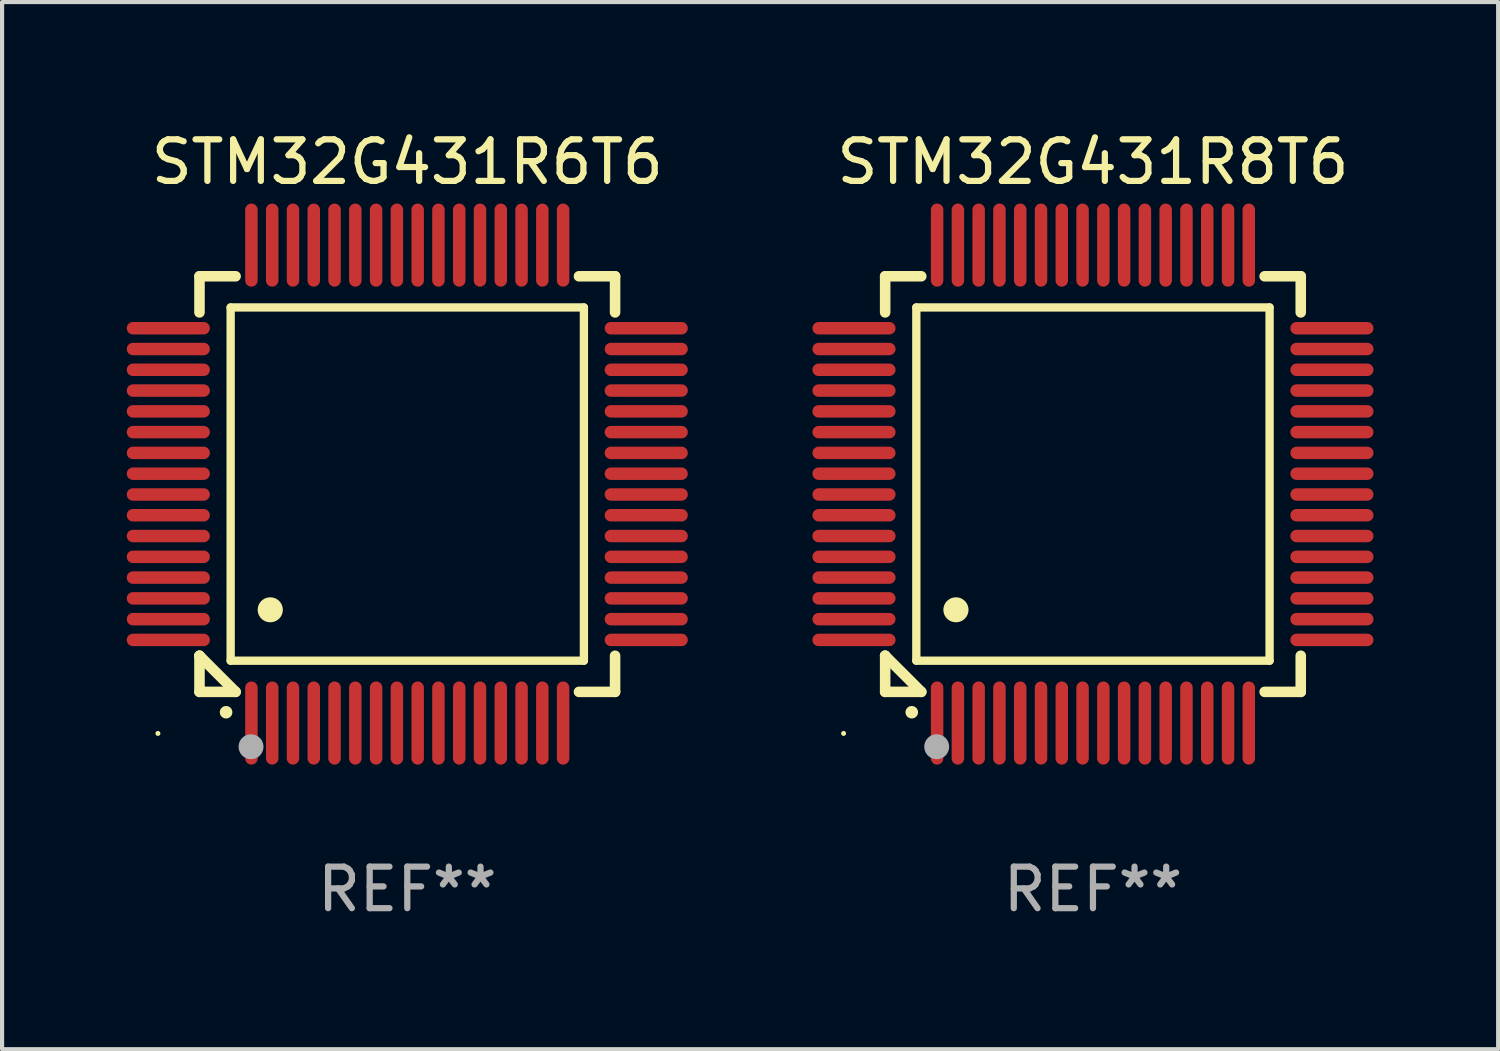
<source format=kicad_pcb>
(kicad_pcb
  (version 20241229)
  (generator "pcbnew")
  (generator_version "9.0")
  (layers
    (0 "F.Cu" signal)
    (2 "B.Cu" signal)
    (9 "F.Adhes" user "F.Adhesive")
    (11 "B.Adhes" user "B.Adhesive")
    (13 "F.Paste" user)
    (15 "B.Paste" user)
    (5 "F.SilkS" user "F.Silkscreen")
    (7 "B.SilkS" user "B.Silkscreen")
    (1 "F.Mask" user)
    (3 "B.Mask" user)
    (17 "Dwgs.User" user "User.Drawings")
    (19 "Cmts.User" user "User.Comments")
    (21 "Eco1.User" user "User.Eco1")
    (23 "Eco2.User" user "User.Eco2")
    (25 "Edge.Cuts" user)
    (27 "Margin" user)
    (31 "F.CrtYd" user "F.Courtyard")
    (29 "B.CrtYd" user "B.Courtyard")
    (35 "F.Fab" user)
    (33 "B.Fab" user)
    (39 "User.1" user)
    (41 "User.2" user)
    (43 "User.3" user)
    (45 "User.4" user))
  (footprint "STM32G431R8T6"
    (layer "F.Cu")
    (at 23.249 8.598)
    (property "Reference" "STM32G431R8T6" (at 0 -7.75 0) (layer "F.SilkS") (effects (font (size 1 1) (thickness 0.15))))
    (attr through_hole)
    (fp_line (start -5 -5) (end -4.131 -5) (stroke (width 0.254) (type solid)) (layer "F.SilkS"))
    (fp_line (start -5 -4.131) (end -5 -5) (stroke (width 0.254) (type solid)) (layer "F.SilkS"))
    (fp_line (start -5 4.131) (end -5 4.131) (stroke (width 0.254) (type solid)) (layer "F.SilkS"))
    (fp_line (start -5 5) (end -5 4.131) (stroke (width 0.254) (type solid)) (layer "F.SilkS"))
    (fp_line (start -5 4.131) (end -4.131 5) (stroke (width 0.254) (type solid)) (layer "F.SilkS"))
    (fp_line (start -4.25 -4.25) (end -4.25 4.25) (stroke (width 0.2) (type solid)) (layer "F.SilkS"))
    (fp_line (start -4.25 4.25) (end 4.25 4.25) (stroke (width 0.2) (type solid)) (layer "F.SilkS"))
    (fp_line (start -4.131 5) (end -5 5) (stroke (width 0.254) (type solid)) (layer "F.SilkS"))
    (fp_line (start 4.25 -4.25) (end -4.25 -4.25) (stroke (width 0.2) (type solid)) (layer "F.SilkS"))
    (fp_line (start 4.25 4.25) (end 4.25 -4.25) (stroke (width 0.2) (type solid)) (layer "F.SilkS"))
    (fp_line (start 5 -5) (end 4.131 -5) (stroke (width 0.254) (type solid)) (layer "F.SilkS"))
    (fp_line (start 5 -5) (end 5 -4.131) (stroke (width 0.254) (type solid)) (layer "F.SilkS"))
    (fp_line (start 5 4.131) (end 5 5) (stroke (width 0.254) (type solid)) (layer "F.SilkS"))
    (fp_line (start 5 5) (end 4.131 5) (stroke (width 0.254) (type solid)) (layer "F.SilkS"))
    (fp_arc (start -4.361265 5.489992) (mid -4.359995 5.489987) (end -4.358725 5.489992) (stroke (width 0.3) (type solid)) (layer "F.SilkS"))
    (fp_arc (start -3.299467 3.025146) (mid -3.296927 3.025135) (end -3.294387 3.025146) (stroke (width 0.6) (type solid)) (layer "F.SilkS"))
    (fp_circle (center -6 6) (end -5.97 6) (stroke (width 0.06) (type solid)) (fill no) (layer "F.SilkS"))
    (fp_circle (center -3.76 6.32) (end -3.61 6.32) (stroke (width 0.3) (type solid)) (fill no) (layer "F.Fab"))
    (fp_text user "REF**" (at 0 9.75 0) (layer "F.Fab") (effects (font (size 1 1) (thickness 0.15))))
    (pad "1" smd oval (at -3.75 5.75) (size 0.3 2) (layers "F.Cu" "F.Mask" "F.Paste"))
    (pad "2" smd oval (at -3.25 5.75) (size 0.3 2) (layers "F.Cu" "F.Mask" "F.Paste"))
    (pad "3" smd oval (at -2.75 5.75) (size 0.3 2) (layers "F.Cu" "F.Mask" "F.Paste"))
    (pad "4" smd oval (at -2.25 5.75) (size 0.3 2) (layers "F.Cu" "F.Mask" "F.Paste"))
    (pad "5" smd oval (at -1.75 5.75) (size 0.3 2) (layers "F.Cu" "F.Mask" "F.Paste"))
    (pad "6" smd oval (at -1.25 5.75) (size 0.3 2) (layers "F.Cu" "F.Mask" "F.Paste"))
    (pad "7" smd oval (at -0.75 5.75) (size 0.3 2) (layers "F.Cu" "F.Mask" "F.Paste"))
    (pad "8" smd oval (at -0.25 5.75) (size 0.3 2) (layers "F.Cu" "F.Mask" "F.Paste"))
    (pad "9" smd oval (at 0.25 5.75) (size 0.3 2) (layers "F.Cu" "F.Mask" "F.Paste"))
    (pad "10" smd oval (at 0.75 5.75) (size 0.3 2) (layers "F.Cu" "F.Mask" "F.Paste"))
    (pad "11" smd oval (at 1.25 5.75) (size 0.3 2) (layers "F.Cu" "F.Mask" "F.Paste"))
    (pad "12" smd oval (at 1.75 5.75) (size 0.3 2) (layers "F.Cu" "F.Mask" "F.Paste"))
    (pad "13" smd oval (at 2.25 5.75) (size 0.3 2) (layers "F.Cu" "F.Mask" "F.Paste"))
    (pad "14" smd oval (at 2.75 5.75) (size 0.3 2) (layers "F.Cu" "F.Mask" "F.Paste"))
    (pad "15" smd oval (at 3.25 5.75) (size 0.3 2) (layers "F.Cu" "F.Mask" "F.Paste"))
    (pad "16" smd oval (at 3.75 5.75) (size 0.3 2) (layers "F.Cu" "F.Mask" "F.Paste"))
    (pad "17" smd oval (at 5.75 3.75) (size 2 0.3) (layers "F.Cu" "F.Mask" "F.Paste"))
    (pad "18" smd oval (at 5.75 3.25) (size 2 0.3) (layers "F.Cu" "F.Mask" "F.Paste"))
    (pad "19" smd oval (at 5.75 2.75) (size 2 0.3) (layers "F.Cu" "F.Mask" "F.Paste"))
    (pad "20" smd oval (at 5.75 2.25) (size 2 0.3) (layers "F.Cu" "F.Mask" "F.Paste"))
    (pad "21" smd oval (at 5.75 1.75) (size 2 0.3) (layers "F.Cu" "F.Mask" "F.Paste"))
    (pad "22" smd oval (at 5.75 1.25) (size 2 0.3) (layers "F.Cu" "F.Mask" "F.Paste"))
    (pad "23" smd oval (at 5.75 0.75) (size 2 0.3) (layers "F.Cu" "F.Mask" "F.Paste"))
    (pad "24" smd oval (at 5.75 0.25) (size 2 0.3) (layers "F.Cu" "F.Mask" "F.Paste"))
    (pad "25" smd oval (at 5.75 -0.25) (size 2 0.3) (layers "F.Cu" "F.Mask" "F.Paste"))
    (pad "26" smd oval (at 5.75 -0.75) (size 2 0.3) (layers "F.Cu" "F.Mask" "F.Paste"))
    (pad "27" smd oval (at 5.75 -1.25) (size 2 0.3) (layers "F.Cu" "F.Mask" "F.Paste"))
    (pad "28" smd oval (at 5.75 -1.75) (size 2 0.3) (layers "F.Cu" "F.Mask" "F.Paste"))
    (pad "29" smd oval (at 5.75 -2.25) (size 2 0.3) (layers "F.Cu" "F.Mask" "F.Paste"))
    (pad "30" smd oval (at 5.75 -2.75) (size 2 0.3) (layers "F.Cu" "F.Mask" "F.Paste"))
    (pad "31" smd oval (at 5.75 -3.25) (size 2 0.3) (layers "F.Cu" "F.Mask" "F.Paste"))
    (pad "32" smd oval (at 5.75 -3.75) (size 2 0.3) (layers "F.Cu" "F.Mask" "F.Paste"))
    (pad "33" smd oval (at 3.75 -5.75) (size 0.3 2) (layers "F.Cu" "F.Mask" "F.Paste"))
    (pad "34" smd oval (at 3.25 -5.75) (size 0.3 2) (layers "F.Cu" "F.Mask" "F.Paste"))
    (pad "35" smd oval (at 2.75 -5.75) (size 0.3 2) (layers "F.Cu" "F.Mask" "F.Paste"))
    (pad "36" smd oval (at 2.25 -5.75) (size 0.3 2) (layers "F.Cu" "F.Mask" "F.Paste"))
    (pad "37" smd oval (at 1.75 -5.75) (size 0.3 2) (layers "F.Cu" "F.Mask" "F.Paste"))
    (pad "38" smd oval (at 1.25 -5.75) (size 0.3 2) (layers "F.Cu" "F.Mask" "F.Paste"))
    (pad "39" smd oval (at 0.75 -5.75) (size 0.3 2) (layers "F.Cu" "F.Mask" "F.Paste"))
    (pad "40" smd oval (at 0.25 -5.75) (size 0.3 2) (layers "F.Cu" "F.Mask" "F.Paste"))
    (pad "41" smd oval (at -0.25 -5.75) (size 0.3 2) (layers "F.Cu" "F.Mask" "F.Paste"))
    (pad "42" smd oval (at -0.75 -5.75) (size 0.3 2) (layers "F.Cu" "F.Mask" "F.Paste"))
    (pad "43" smd oval (at -1.25 -5.75) (size 0.3 2) (layers "F.Cu" "F.Mask" "F.Paste"))
    (pad "44" smd oval (at -1.75 -5.75) (size 0.3 2) (layers "F.Cu" "F.Mask" "F.Paste"))
    (pad "45" smd oval (at -2.25 -5.75) (size 0.3 2) (layers "F.Cu" "F.Mask" "F.Paste"))
    (pad "46" smd oval (at -2.75 -5.75) (size 0.3 2) (layers "F.Cu" "F.Mask" "F.Paste"))
    (pad "47" smd oval (at -3.25 -5.75) (size 0.3 2) (layers "F.Cu" "F.Mask" "F.Paste"))
    (pad "48" smd oval (at -3.75 -5.75) (size 0.3 2) (layers "F.Cu" "F.Mask" "F.Paste"))
    (pad "49" smd oval (at -5.75 -3.75) (size 2 0.3) (layers "F.Cu" "F.Mask" "F.Paste"))
    (pad "50" smd oval (at -5.75 -3.25) (size 2 0.3) (layers "F.Cu" "F.Mask" "F.Paste"))
    (pad "51" smd oval (at -5.75 -2.75) (size 2 0.3) (layers "F.Cu" "F.Mask" "F.Paste"))
    (pad "52" smd oval (at -5.75 -2.25) (size 2 0.3) (layers "F.Cu" "F.Mask" "F.Paste"))
    (pad "53" smd oval (at -5.75 -1.75) (size 2 0.3) (layers "F.Cu" "F.Mask" "F.Paste"))
    (pad "54" smd oval (at -5.75 -1.25) (size 2 0.3) (layers "F.Cu" "F.Mask" "F.Paste"))
    (pad "55" smd oval (at -5.75 -0.75) (size 2 0.3) (layers "F.Cu" "F.Mask" "F.Paste"))
    (pad "56" smd oval (at -5.75 -0.25) (size 2 0.3) (layers "F.Cu" "F.Mask" "F.Paste"))
    (pad "57" smd oval (at -5.75 0.25) (size 2 0.3) (layers "F.Cu" "F.Mask" "F.Paste"))
    (pad "58" smd oval (at -5.75 0.75) (size 2 0.3) (layers "F.Cu" "F.Mask" "F.Paste"))
    (pad "59" smd oval (at -5.75 1.25) (size 2 0.3) (layers "F.Cu" "F.Mask" "F.Paste"))
    (pad "60" smd oval (at -5.75 1.75) (size 2 0.3) (layers "F.Cu" "F.Mask" "F.Paste"))
    (pad "61" smd oval (at -5.75 2.25) (size 2 0.3) (layers "F.Cu" "F.Mask" "F.Paste"))
    (pad "62" smd oval (at -5.75 2.75) (size 2 0.3) (layers "F.Cu" "F.Mask" "F.Paste"))
    (pad "63" smd oval (at -5.75 3.25) (size 2 0.3) (layers "F.Cu" "F.Mask" "F.Paste"))
    (pad "64" smd oval (at -5.75 3.75) (size 2 0.3) (layers "F.Cu" "F.Mask" "F.Paste")))
  (footprint "STM32G431R6T6"
    (layer "F.Cu")
    (at 6.75 8.598)
    (property "Reference" "STM32G431R6T6" (at 0 -7.75 0) (layer "F.SilkS") (effects (font (size 1 1) (thickness 0.15))))
    (attr through_hole)
    (fp_line (start -5 -5) (end -4.131 -5) (stroke (width 0.254) (type solid)) (layer "F.SilkS"))
    (fp_line (start -5 -4.131) (end -5 -5) (stroke (width 0.254) (type solid)) (layer "F.SilkS"))
    (fp_line (start -5 4.131) (end -5 4.131) (stroke (width 0.254) (type solid)) (layer "F.SilkS"))
    (fp_line (start -5 5) (end -5 4.131) (stroke (width 0.254) (type solid)) (layer "F.SilkS"))
    (fp_line (start -5 4.131) (end -4.131 5) (stroke (width 0.254) (type solid)) (layer "F.SilkS"))
    (fp_line (start -4.25 -4.25) (end -4.25 4.25) (stroke (width 0.2) (type solid)) (layer "F.SilkS"))
    (fp_line (start -4.25 4.25) (end 4.25 4.25) (stroke (width 0.2) (type solid)) (layer "F.SilkS"))
    (fp_line (start -4.131 5) (end -5 5) (stroke (width 0.254) (type solid)) (layer "F.SilkS"))
    (fp_line (start 4.25 -4.25) (end -4.25 -4.25) (stroke (width 0.2) (type solid)) (layer "F.SilkS"))
    (fp_line (start 4.25 4.25) (end 4.25 -4.25) (stroke (width 0.2) (type solid)) (layer "F.SilkS"))
    (fp_line (start 5 -5) (end 4.131 -5) (stroke (width 0.254) (type solid)) (layer "F.SilkS"))
    (fp_line (start 5 -5) (end 5 -4.131) (stroke (width 0.254) (type solid)) (layer "F.SilkS"))
    (fp_line (start 5 4.131) (end 5 5) (stroke (width 0.254) (type solid)) (layer "F.SilkS"))
    (fp_line (start 5 5) (end 4.131 5) (stroke (width 0.254) (type solid)) (layer "F.SilkS"))
    (fp_arc (start -4.361265 5.489992) (mid -4.359995 5.489987) (end -4.358725 5.489992) (stroke (width 0.3) (type solid)) (layer "F.SilkS"))
    (fp_arc (start -3.299467 3.025146) (mid -3.296927 3.025135) (end -3.294387 3.025146) (stroke (width 0.6) (type solid)) (layer "F.SilkS"))
    (fp_circle (center -6 6) (end -5.97 6) (stroke (width 0.06) (type solid)) (fill no) (layer "F.SilkS"))
    (fp_circle (center -3.76 6.32) (end -3.61 6.32) (stroke (width 0.3) (type solid)) (fill no) (layer "F.Fab"))
    (fp_text user "REF**" (at 0 9.75 0) (layer "F.Fab") (effects (font (size 1 1) (thickness 0.15))))
    (pad "1" smd oval (at -3.75 5.75) (size 0.3 2) (layers "F.Cu" "F.Mask" "F.Paste"))
    (pad "2" smd oval (at -3.25 5.75) (size 0.3 2) (layers "F.Cu" "F.Mask" "F.Paste"))
    (pad "3" smd oval (at -2.75 5.75) (size 0.3 2) (layers "F.Cu" "F.Mask" "F.Paste"))
    (pad "4" smd oval (at -2.25 5.75) (size 0.3 2) (layers "F.Cu" "F.Mask" "F.Paste"))
    (pad "5" smd oval (at -1.75 5.75) (size 0.3 2) (layers "F.Cu" "F.Mask" "F.Paste"))
    (pad "6" smd oval (at -1.25 5.75) (size 0.3 2) (layers "F.Cu" "F.Mask" "F.Paste"))
    (pad "7" smd oval (at -0.75 5.75) (size 0.3 2) (layers "F.Cu" "F.Mask" "F.Paste"))
    (pad "8" smd oval (at -0.25 5.75) (size 0.3 2) (layers "F.Cu" "F.Mask" "F.Paste"))
    (pad "9" smd oval (at 0.25 5.75) (size 0.3 2) (layers "F.Cu" "F.Mask" "F.Paste"))
    (pad "10" smd oval (at 0.75 5.75) (size 0.3 2) (layers "F.Cu" "F.Mask" "F.Paste"))
    (pad "11" smd oval (at 1.25 5.75) (size 0.3 2) (layers "F.Cu" "F.Mask" "F.Paste"))
    (pad "12" smd oval (at 1.75 5.75) (size 0.3 2) (layers "F.Cu" "F.Mask" "F.Paste"))
    (pad "13" smd oval (at 2.25 5.75) (size 0.3 2) (layers "F.Cu" "F.Mask" "F.Paste"))
    (pad "14" smd oval (at 2.75 5.75) (size 0.3 2) (layers "F.Cu" "F.Mask" "F.Paste"))
    (pad "15" smd oval (at 3.25 5.75) (size 0.3 2) (layers "F.Cu" "F.Mask" "F.Paste"))
    (pad "16" smd oval (at 3.75 5.75) (size 0.3 2) (layers "F.Cu" "F.Mask" "F.Paste"))
    (pad "17" smd oval (at 5.75 3.75) (size 2 0.3) (layers "F.Cu" "F.Mask" "F.Paste"))
    (pad "18" smd oval (at 5.75 3.25) (size 2 0.3) (layers "F.Cu" "F.Mask" "F.Paste"))
    (pad "19" smd oval (at 5.75 2.75) (size 2 0.3) (layers "F.Cu" "F.Mask" "F.Paste"))
    (pad "20" smd oval (at 5.75 2.25) (size 2 0.3) (layers "F.Cu" "F.Mask" "F.Paste"))
    (pad "21" smd oval (at 5.75 1.75) (size 2 0.3) (layers "F.Cu" "F.Mask" "F.Paste"))
    (pad "22" smd oval (at 5.75 1.25) (size 2 0.3) (layers "F.Cu" "F.Mask" "F.Paste"))
    (pad "23" smd oval (at 5.75 0.75) (size 2 0.3) (layers "F.Cu" "F.Mask" "F.Paste"))
    (pad "24" smd oval (at 5.75 0.25) (size 2 0.3) (layers "F.Cu" "F.Mask" "F.Paste"))
    (pad "25" smd oval (at 5.75 -0.25) (size 2 0.3) (layers "F.Cu" "F.Mask" "F.Paste"))
    (pad "26" smd oval (at 5.75 -0.75) (size 2 0.3) (layers "F.Cu" "F.Mask" "F.Paste"))
    (pad "27" smd oval (at 5.75 -1.25) (size 2 0.3) (layers "F.Cu" "F.Mask" "F.Paste"))
    (pad "28" smd oval (at 5.75 -1.75) (size 2 0.3) (layers "F.Cu" "F.Mask" "F.Paste"))
    (pad "29" smd oval (at 5.75 -2.25) (size 2 0.3) (layers "F.Cu" "F.Mask" "F.Paste"))
    (pad "30" smd oval (at 5.75 -2.75) (size 2 0.3) (layers "F.Cu" "F.Mask" "F.Paste"))
    (pad "31" smd oval (at 5.75 -3.25) (size 2 0.3) (layers "F.Cu" "F.Mask" "F.Paste"))
    (pad "32" smd oval (at 5.75 -3.75) (size 2 0.3) (layers "F.Cu" "F.Mask" "F.Paste"))
    (pad "33" smd oval (at 3.75 -5.75) (size 0.3 2) (layers "F.Cu" "F.Mask" "F.Paste"))
    (pad "34" smd oval (at 3.25 -5.75) (size 0.3 2) (layers "F.Cu" "F.Mask" "F.Paste"))
    (pad "35" smd oval (at 2.75 -5.75) (size 0.3 2) (layers "F.Cu" "F.Mask" "F.Paste"))
    (pad "36" smd oval (at 2.25 -5.75) (size 0.3 2) (layers "F.Cu" "F.Mask" "F.Paste"))
    (pad "37" smd oval (at 1.75 -5.75) (size 0.3 2) (layers "F.Cu" "F.Mask" "F.Paste"))
    (pad "38" smd oval (at 1.25 -5.75) (size 0.3 2) (layers "F.Cu" "F.Mask" "F.Paste"))
    (pad "39" smd oval (at 0.75 -5.75) (size 0.3 2) (layers "F.Cu" "F.Mask" "F.Paste"))
    (pad "40" smd oval (at 0.25 -5.75) (size 0.3 2) (layers "F.Cu" "F.Mask" "F.Paste"))
    (pad "41" smd oval (at -0.25 -5.75) (size 0.3 2) (layers "F.Cu" "F.Mask" "F.Paste"))
    (pad "42" smd oval (at -0.75 -5.75) (size 0.3 2) (layers "F.Cu" "F.Mask" "F.Paste"))
    (pad "43" smd oval (at -1.25 -5.75) (size 0.3 2) (layers "F.Cu" "F.Mask" "F.Paste"))
    (pad "44" smd oval (at -1.75 -5.75) (size 0.3 2) (layers "F.Cu" "F.Mask" "F.Paste"))
    (pad "45" smd oval (at -2.25 -5.75) (size 0.3 2) (layers "F.Cu" "F.Mask" "F.Paste"))
    (pad "46" smd oval (at -2.75 -5.75) (size 0.3 2) (layers "F.Cu" "F.Mask" "F.Paste"))
    (pad "47" smd oval (at -3.25 -5.75) (size 0.3 2) (layers "F.Cu" "F.Mask" "F.Paste"))
    (pad "48" smd oval (at -3.75 -5.75) (size 0.3 2) (layers "F.Cu" "F.Mask" "F.Paste"))
    (pad "49" smd oval (at -5.75 -3.75) (size 2 0.3) (layers "F.Cu" "F.Mask" "F.Paste"))
    (pad "50" smd oval (at -5.75 -3.25) (size 2 0.3) (layers "F.Cu" "F.Mask" "F.Paste"))
    (pad "51" smd oval (at -5.75 -2.75) (size 2 0.3) (layers "F.Cu" "F.Mask" "F.Paste"))
    (pad "52" smd oval (at -5.75 -2.25) (size 2 0.3) (layers "F.Cu" "F.Mask" "F.Paste"))
    (pad "53" smd oval (at -5.75 -1.75) (size 2 0.3) (layers "F.Cu" "F.Mask" "F.Paste"))
    (pad "54" smd oval (at -5.75 -1.25) (size 2 0.3) (layers "F.Cu" "F.Mask" "F.Paste"))
    (pad "55" smd oval (at -5.75 -0.75) (size 2 0.3) (layers "F.Cu" "F.Mask" "F.Paste"))
    (pad "56" smd oval (at -5.75 -0.25) (size 2 0.3) (layers "F.Cu" "F.Mask" "F.Paste"))
    (pad "57" smd oval (at -5.75 0.25) (size 2 0.3) (layers "F.Cu" "F.Mask" "F.Paste"))
    (pad "58" smd oval (at -5.75 0.75) (size 2 0.3) (layers "F.Cu" "F.Mask" "F.Paste"))
    (pad "59" smd oval (at -5.75 1.25) (size 2 0.3) (layers "F.Cu" "F.Mask" "F.Paste"))
    (pad "60" smd oval (at -5.75 1.75) (size 2 0.3) (layers "F.Cu" "F.Mask" "F.Paste"))
    (pad "61" smd oval (at -5.75 2.25) (size 2 0.3) (layers "F.Cu" "F.Mask" "F.Paste"))
    (pad "62" smd oval (at -5.75 2.75) (size 2 0.3) (layers "F.Cu" "F.Mask" "F.Paste"))
    (pad "63" smd oval (at -5.75 3.25) (size 2 0.3) (layers "F.Cu" "F.Mask" "F.Paste"))
    (pad "64" smd oval (at -5.75 3.75) (size 2 0.3) (layers "F.Cu" "F.Mask" "F.Paste")))
  (gr_rect
    (start -3 -3)
    (end 32.999 22.196)
    (stroke (width 0.1) (type default))
    (fill no)
    (layer "Edge.Cuts")))
</source>
